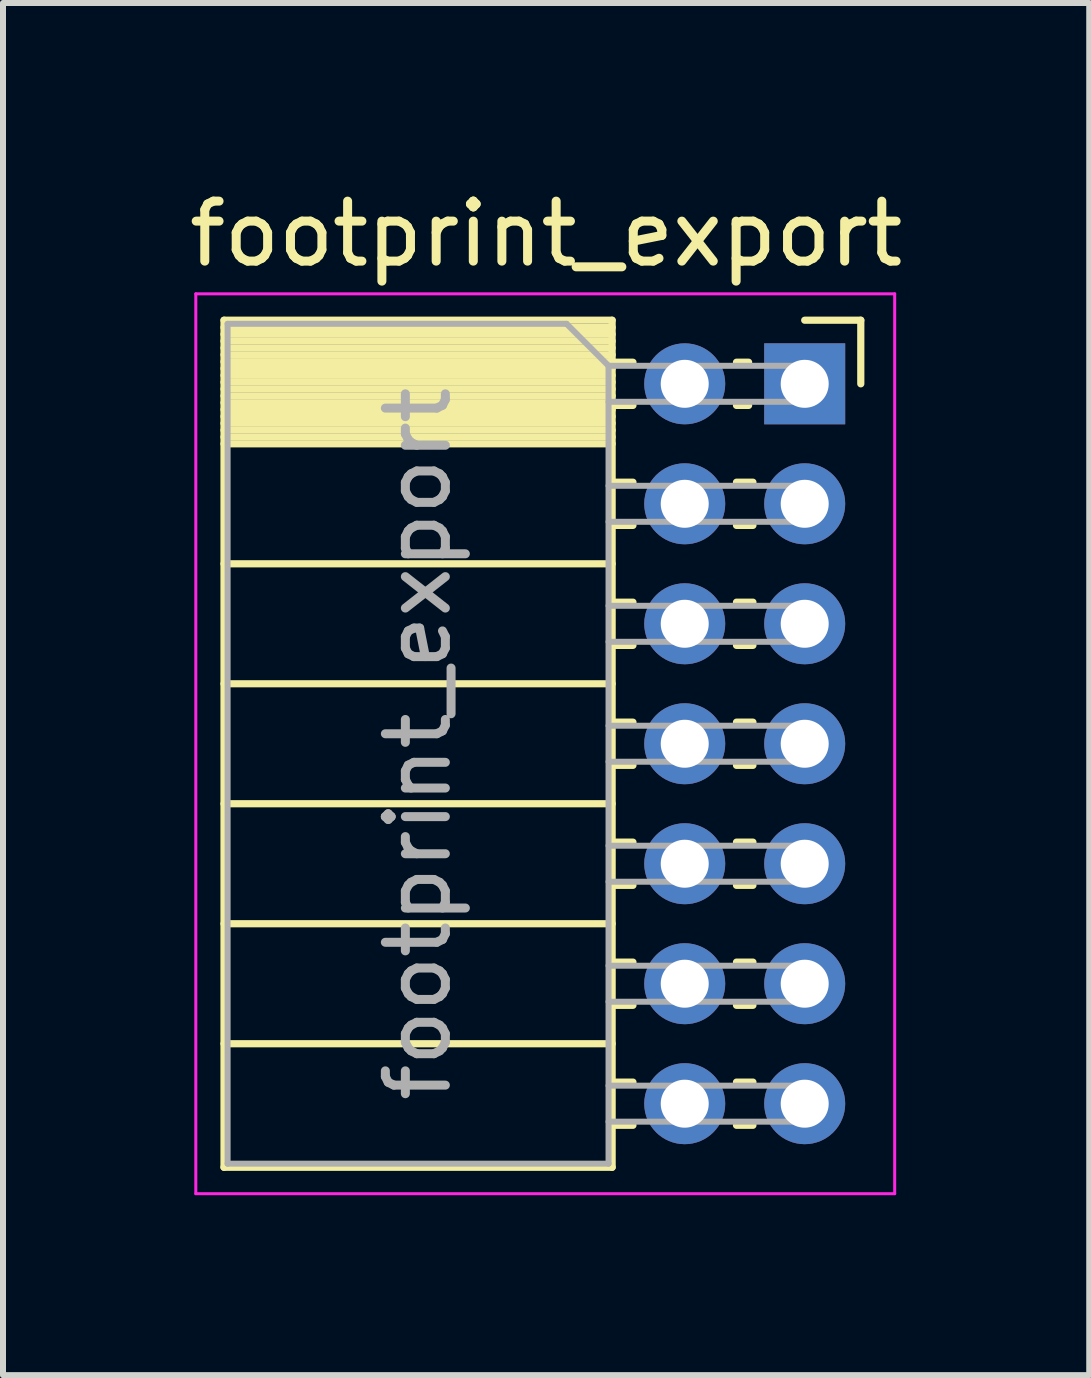
<source format=kicad_pcb>
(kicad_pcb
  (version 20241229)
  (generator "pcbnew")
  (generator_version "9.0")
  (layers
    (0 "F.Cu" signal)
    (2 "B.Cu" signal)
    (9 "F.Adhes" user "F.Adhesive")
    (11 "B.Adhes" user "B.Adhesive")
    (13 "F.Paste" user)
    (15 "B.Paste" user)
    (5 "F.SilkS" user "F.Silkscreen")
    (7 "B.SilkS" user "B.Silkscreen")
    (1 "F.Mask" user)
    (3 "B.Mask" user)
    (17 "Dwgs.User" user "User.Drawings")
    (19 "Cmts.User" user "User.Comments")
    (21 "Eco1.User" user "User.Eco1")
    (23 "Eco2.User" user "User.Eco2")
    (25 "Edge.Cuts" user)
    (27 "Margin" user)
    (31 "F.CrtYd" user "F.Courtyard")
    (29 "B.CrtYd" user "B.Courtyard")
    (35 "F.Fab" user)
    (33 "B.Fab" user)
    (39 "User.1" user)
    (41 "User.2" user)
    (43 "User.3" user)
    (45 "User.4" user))
  (footprint "footprint_export"
    (layer "F.Cu")
    (at 10.364 3.348)
    (property "Reference" "footprint_export" (at -4.31 -2.5 0) (layer "F.SilkS") (effects (font (size 1 1) (thickness 0.15))))
    (attr through_hole)
    (fp_line (start -9.68 -1.06) (end -9.68 13.06) (stroke (width 0.12) (type solid)) (layer "F.SilkS"))
    (fp_line (start -9.68 -1.06) (end -3.21 -1.06) (stroke (width 0.12) (type solid)) (layer "F.SilkS"))
    (fp_line (start -9.68 -0.94) (end -3.21 -0.94) (stroke (width 0.12) (type solid)) (layer "F.SilkS"))
    (fp_line (start -9.68 -0.826) (end -3.21 -0.826) (stroke (width 0.12) (type solid)) (layer "F.SilkS"))
    (fp_line (start -9.68 -0.712) (end -3.21 -0.712) (stroke (width 0.12) (type solid)) (layer "F.SilkS"))
    (fp_line (start -9.68 -0.598) (end -3.21 -0.598) (stroke (width 0.12) (type solid)) (layer "F.SilkS"))
    (fp_line (start -9.68 -0.484) (end -3.21 -0.484) (stroke (width 0.12) (type solid)) (layer "F.SilkS"))
    (fp_line (start -9.68 -0.369) (end -3.21 -0.369) (stroke (width 0.12) (type solid)) (layer "F.SilkS"))
    (fp_line (start -9.68 -0.255) (end -3.21 -0.255) (stroke (width 0.12) (type solid)) (layer "F.SilkS"))
    (fp_line (start -9.68 -0.141) (end -3.21 -0.141) (stroke (width 0.12) (type solid)) (layer "F.SilkS"))
    (fp_line (start -9.68 -0.027) (end -3.21 -0.027) (stroke (width 0.12) (type solid)) (layer "F.SilkS"))
    (fp_line (start -9.68 0.087) (end -3.21 0.087) (stroke (width 0.12) (type solid)) (layer "F.SilkS"))
    (fp_line (start -9.68 0.201) (end -3.21 0.201) (stroke (width 0.12) (type solid)) (layer "F.SilkS"))
    (fp_line (start -9.68 0.315) (end -3.21 0.315) (stroke (width 0.12) (type solid)) (layer "F.SilkS"))
    (fp_line (start -9.68 0.429) (end -3.21 0.429) (stroke (width 0.12) (type solid)) (layer "F.SilkS"))
    (fp_line (start -9.68 0.544) (end -3.21 0.544) (stroke (width 0.12) (type solid)) (layer "F.SilkS"))
    (fp_line (start -9.68 0.658) (end -3.21 0.658) (stroke (width 0.12) (type solid)) (layer "F.SilkS"))
    (fp_line (start -9.68 0.772) (end -3.21 0.772) (stroke (width 0.12) (type solid)) (layer "F.SilkS"))
    (fp_line (start -9.68 0.886) (end -3.21 0.886) (stroke (width 0.12) (type solid)) (layer "F.SilkS"))
    (fp_line (start -9.68 1) (end -3.21 1) (stroke (width 0.12) (type solid)) (layer "F.SilkS"))
    (fp_line (start -9.68 3) (end -3.21 3) (stroke (width 0.12) (type solid)) (layer "F.SilkS"))
    (fp_line (start -9.68 5) (end -3.21 5) (stroke (width 0.12) (type solid)) (layer "F.SilkS"))
    (fp_line (start -9.68 7) (end -3.21 7) (stroke (width 0.12) (type solid)) (layer "F.SilkS"))
    (fp_line (start -9.68 9) (end -3.21 9) (stroke (width 0.12) (type solid)) (layer "F.SilkS"))
    (fp_line (start -9.68 11) (end -3.21 11) (stroke (width 0.12) (type solid)) (layer "F.SilkS"))
    (fp_line (start -9.68 13.06) (end -3.21 13.06) (stroke (width 0.12) (type solid)) (layer "F.SilkS"))
    (fp_line (start -3.21 -1.06) (end -3.21 13.06) (stroke (width 0.12) (type solid)) (layer "F.SilkS"))
    (fp_line (start -3.21 -0.36) (end -2.863 -0.36) (stroke (width 0.12) (type solid)) (layer "F.SilkS"))
    (fp_line (start -3.21 0.36) (end -2.863 0.36) (stroke (width 0.12) (type solid)) (layer "F.SilkS"))
    (fp_line (start -3.21 1.64) (end -2.863 1.64) (stroke (width 0.12) (type solid)) (layer "F.SilkS"))
    (fp_line (start -3.21 2.36) (end -2.863 2.36) (stroke (width 0.12) (type solid)) (layer "F.SilkS"))
    (fp_line (start -3.21 3.64) (end -2.863 3.64) (stroke (width 0.12) (type solid)) (layer "F.SilkS"))
    (fp_line (start -3.21 4.36) (end -2.863 4.36) (stroke (width 0.12) (type solid)) (layer "F.SilkS"))
    (fp_line (start -3.21 5.64) (end -2.863 5.64) (stroke (width 0.12) (type solid)) (layer "F.SilkS"))
    (fp_line (start -3.21 6.36) (end -2.863 6.36) (stroke (width 0.12) (type solid)) (layer "F.SilkS"))
    (fp_line (start -3.21 7.64) (end -2.863 7.64) (stroke (width 0.12) (type solid)) (layer "F.SilkS"))
    (fp_line (start -3.21 8.36) (end -2.863 8.36) (stroke (width 0.12) (type solid)) (layer "F.SilkS"))
    (fp_line (start -3.21 9.64) (end -2.863 9.64) (stroke (width 0.12) (type solid)) (layer "F.SilkS"))
    (fp_line (start -3.21 10.36) (end -2.863 10.36) (stroke (width 0.12) (type solid)) (layer "F.SilkS"))
    (fp_line (start -3.21 11.64) (end -2.863 11.64) (stroke (width 0.12) (type solid)) (layer "F.SilkS"))
    (fp_line (start -3.21 12.36) (end -2.863 12.36) (stroke (width 0.12) (type solid)) (layer "F.SilkS"))
    (fp_line (start -1.137 -0.36) (end -0.935 -0.36) (stroke (width 0.12) (type solid)) (layer "F.SilkS"))
    (fp_line (start -1.137 0.36) (end -0.935 0.36) (stroke (width 0.12) (type solid)) (layer "F.SilkS"))
    (fp_line (start -1.137 1.64) (end -0.863 1.64) (stroke (width 0.12) (type solid)) (layer "F.SilkS"))
    (fp_line (start -1.137 2.36) (end -0.863 2.36) (stroke (width 0.12) (type solid)) (layer "F.SilkS"))
    (fp_line (start -1.137 3.64) (end -0.863 3.64) (stroke (width 0.12) (type solid)) (layer "F.SilkS"))
    (fp_line (start -1.137 4.36) (end -0.863 4.36) (stroke (width 0.12) (type solid)) (layer "F.SilkS"))
    (fp_line (start -1.137 5.64) (end -0.863 5.64) (stroke (width 0.12) (type solid)) (layer "F.SilkS"))
    (fp_line (start -1.137 6.36) (end -0.863 6.36) (stroke (width 0.12) (type solid)) (layer "F.SilkS"))
    (fp_line (start -1.137 7.64) (end -0.863 7.64) (stroke (width 0.12) (type solid)) (layer "F.SilkS"))
    (fp_line (start -1.137 8.36) (end -0.863 8.36) (stroke (width 0.12) (type solid)) (layer "F.SilkS"))
    (fp_line (start -1.137 9.64) (end -0.863 9.64) (stroke (width 0.12) (type solid)) (layer "F.SilkS"))
    (fp_line (start -1.137 10.36) (end -0.863 10.36) (stroke (width 0.12) (type solid)) (layer "F.SilkS"))
    (fp_line (start -1.137 11.64) (end -0.863 11.64) (stroke (width 0.12) (type solid)) (layer "F.SilkS"))
    (fp_line (start -1.137 12.36) (end -0.863 12.36) (stroke (width 0.12) (type solid)) (layer "F.SilkS"))
    (fp_line (start 0 -1.06) (end 0.935 -1.06) (stroke (width 0.12) (type solid)) (layer "F.SilkS"))
    (fp_line (start 0.935 -1.06) (end 0.935 0) (stroke (width 0.12) (type solid)) (layer "F.SilkS"))
    (fp_line (start -10.15 -1.5) (end -10.15 13.5) (stroke (width 0.05) (type solid)) (layer "F.CrtYd"))
    (fp_line (start -10.15 13.5) (end 1.5 13.5) (stroke (width 0.05) (type solid)) (layer "F.CrtYd"))
    (fp_line (start 1.5 -1.5) (end -10.15 -1.5) (stroke (width 0.05) (type solid)) (layer "F.CrtYd"))
    (fp_line (start 1.5 13.5) (end 1.5 -1.5) (stroke (width 0.05) (type solid)) (layer "F.CrtYd"))
    (fp_line (start -9.62 -1) (end -3.97 -1) (stroke (width 0.1) (type solid)) (layer "F.Fab"))
    (fp_line (start -9.62 13) (end -9.62 -1) (stroke (width 0.1) (type solid)) (layer "F.Fab"))
    (fp_line (start -3.97 -1) (end -3.27 -0.3) (stroke (width 0.1) (type solid)) (layer "F.Fab"))
    (fp_line (start -3.27 -0.3) (end -3.27 13) (stroke (width 0.1) (type solid)) (layer "F.Fab"))
    (fp_line (start -3.27 0.3) (end 0 0.3) (stroke (width 0.1) (type solid)) (layer "F.Fab"))
    (fp_line (start -3.27 2.3) (end 0 2.3) (stroke (width 0.1) (type solid)) (layer "F.Fab"))
    (fp_line (start -3.27 4.3) (end 0 4.3) (stroke (width 0.1) (type solid)) (layer "F.Fab"))
    (fp_line (start -3.27 6.3) (end 0 6.3) (stroke (width 0.1) (type solid)) (layer "F.Fab"))
    (fp_line (start -3.27 8.3) (end 0 8.3) (stroke (width 0.1) (type solid)) (layer "F.Fab"))
    (fp_line (start -3.27 10.3) (end 0 10.3) (stroke (width 0.1) (type solid)) (layer "F.Fab"))
    (fp_line (start -3.27 12.3) (end 0 12.3) (stroke (width 0.1) (type solid)) (layer "F.Fab"))
    (fp_line (start -3.27 13) (end -9.62 13) (stroke (width 0.1) (type solid)) (layer "F.Fab"))
    (fp_line (start 0 -0.3) (end -3.27 -0.3) (stroke (width 0.1) (type solid)) (layer "F.Fab"))
    (fp_line (start 0 0.3) (end 0 -0.3) (stroke (width 0.1) (type solid)) (layer "F.Fab"))
    (fp_line (start 0 1.7) (end -3.27 1.7) (stroke (width 0.1) (type solid)) (layer "F.Fab"))
    (fp_line (start 0 2.3) (end 0 1.7) (stroke (width 0.1) (type solid)) (layer "F.Fab"))
    (fp_line (start 0 3.7) (end -3.27 3.7) (stroke (width 0.1) (type solid)) (layer "F.Fab"))
    (fp_line (start 0 4.3) (end 0 3.7) (stroke (width 0.1) (type solid)) (layer "F.Fab"))
    (fp_line (start 0 5.7) (end -3.27 5.7) (stroke (width 0.1) (type solid)) (layer "F.Fab"))
    (fp_line (start 0 6.3) (end 0 5.7) (stroke (width 0.1) (type solid)) (layer "F.Fab"))
    (fp_line (start 0 7.7) (end -3.27 7.7) (stroke (width 0.1) (type solid)) (layer "F.Fab"))
    (fp_line (start 0 8.3) (end 0 7.7) (stroke (width 0.1) (type solid)) (layer "F.Fab"))
    (fp_line (start 0 9.7) (end -3.27 9.7) (stroke (width 0.1) (type solid)) (layer "F.Fab"))
    (fp_line (start 0 10.3) (end 0 9.7) (stroke (width 0.1) (type solid)) (layer "F.Fab"))
    (fp_line (start 0 11.7) (end -3.27 11.7) (stroke (width 0.1) (type solid)) (layer "F.Fab"))
    (fp_line (start 0 12.3) (end 0 11.7) (stroke (width 0.1) (type solid)) (layer "F.Fab"))
    (fp_text user "${REFERENCE}" (at -6.445 6 90) (layer "F.Fab") (effects (font (size 1 1) (thickness 0.15))))
    (pad "1" thru_hole rect (at 0 0) (size 1.35 1.35) (drill 0.8) (layers "*.Cu" "*.Mask"))
    (pad "2" thru_hole oval (at -2 0) (size 1.35 1.35) (drill 0.8) (layers "*.Cu" "*.Mask"))
    (pad "3" thru_hole oval (at 0 2) (size 1.35 1.35) (drill 0.8) (layers "*.Cu" "*.Mask"))
    (pad "4" thru_hole oval (at -2 2) (size 1.35 1.35) (drill 0.8) (layers "*.Cu" "*.Mask"))
    (pad "5" thru_hole oval (at 0 4) (size 1.35 1.35) (drill 0.8) (layers "*.Cu" "*.Mask"))
    (pad "6" thru_hole oval (at -2 4) (size 1.35 1.35) (drill 0.8) (layers "*.Cu" "*.Mask"))
    (pad "7" thru_hole oval (at 0 6) (size 1.35 1.35) (drill 0.8) (layers "*.Cu" "*.Mask"))
    (pad "8" thru_hole oval (at -2 6) (size 1.35 1.35) (drill 0.8) (layers "*.Cu" "*.Mask"))
    (pad "9" thru_hole oval (at 0 8) (size 1.35 1.35) (drill 0.8) (layers "*.Cu" "*.Mask"))
    (pad "10" thru_hole oval (at -2 8) (size 1.35 1.35) (drill 0.8) (layers "*.Cu" "*.Mask"))
    (pad "11" thru_hole oval (at 0 10) (size 1.35 1.35) (drill 0.8) (layers "*.Cu" "*.Mask"))
    (pad "12" thru_hole oval (at -2 10) (size 1.35 1.35) (drill 0.8) (layers "*.Cu" "*.Mask"))
    (pad "13" thru_hole oval (at 0 12) (size 1.35 1.35) (drill 0.8) (layers "*.Cu" "*.Mask"))
    (pad "14" thru_hole oval (at -2 12) (size 1.35 1.35) (drill 0.8) (layers "*.Cu" "*.Mask")))
  (gr_rect
    (start -3 -3)
    (end 15.107 19.873)
    (stroke (width 0.1) (type default))
    (fill no)
    (layer "Edge.Cuts")))
</source>
